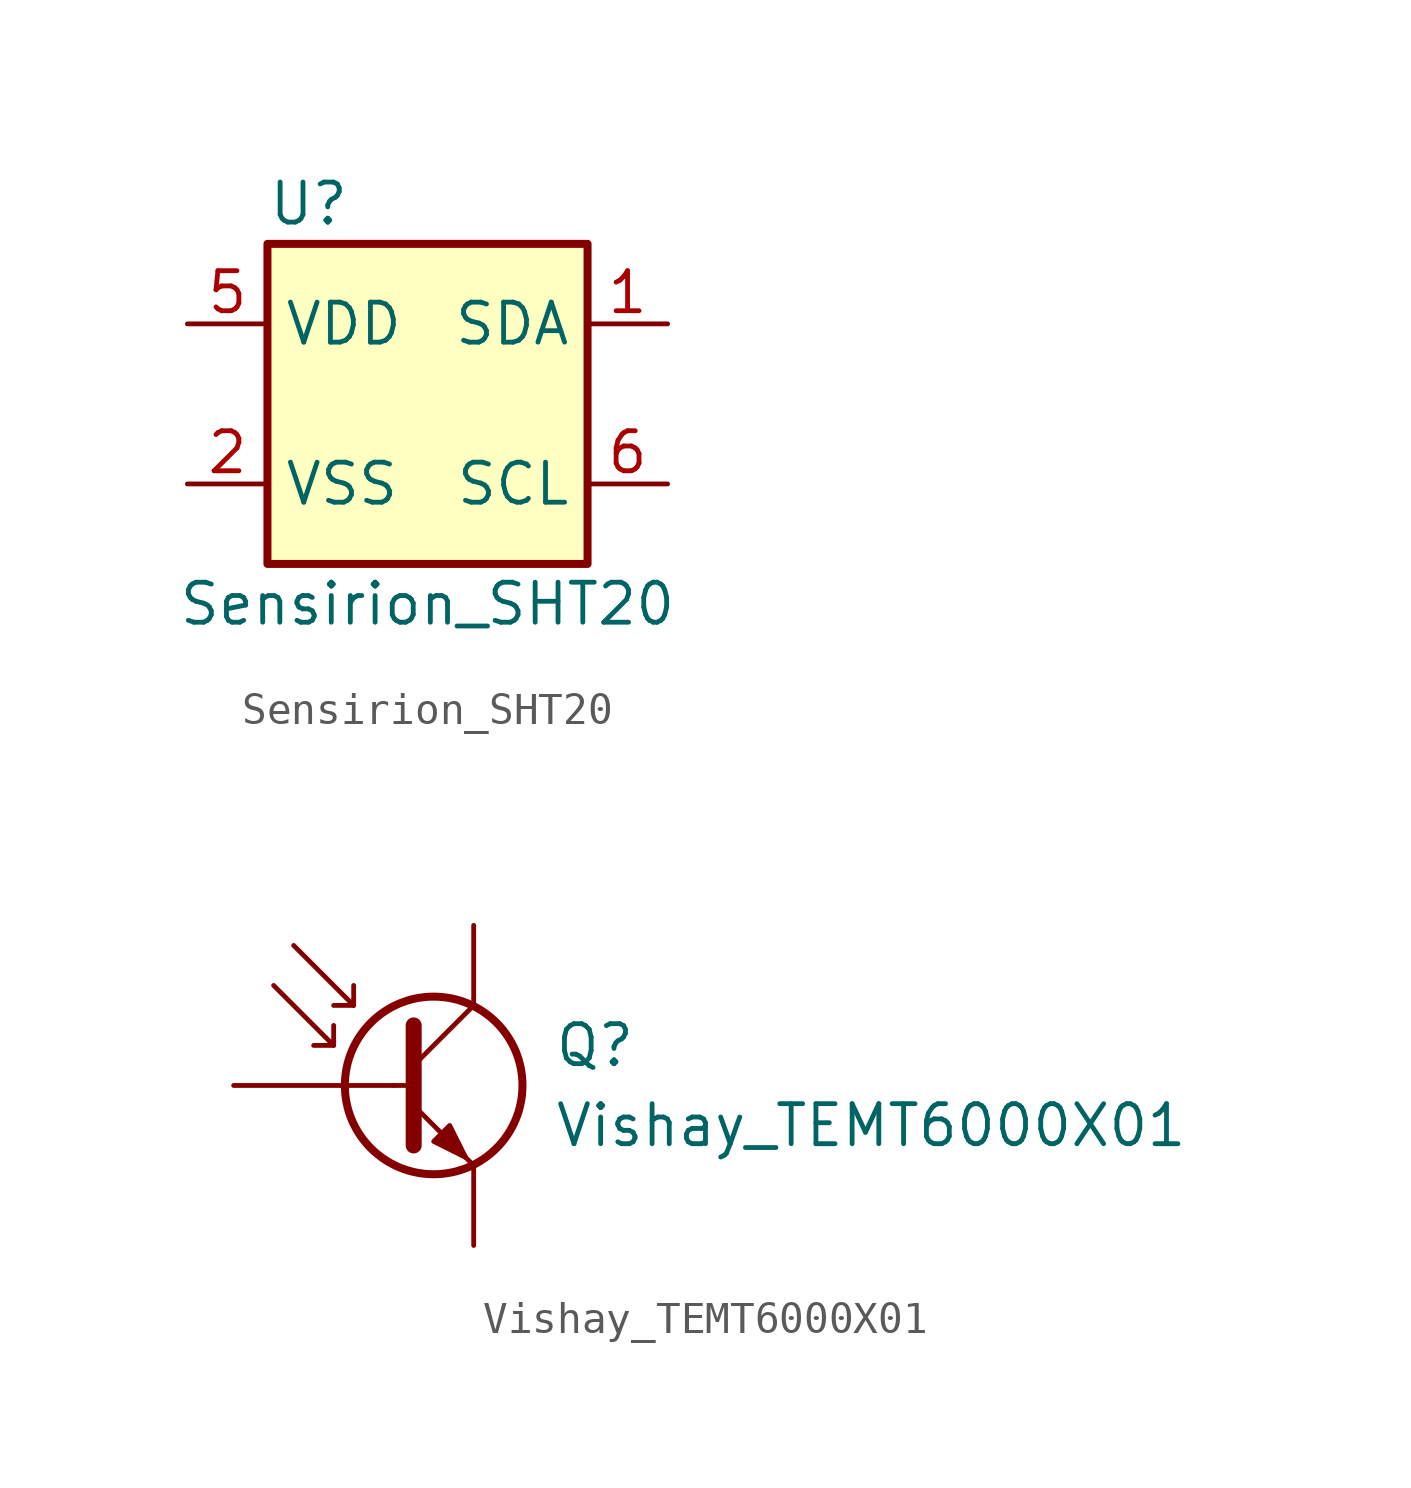
<source format=kicad_sym>
(kicad_symbol_lib
  (version 20211014)
  (generator kicad_symbol_editor)
  (symbol "Sensirion_SHT20"
    (property "Reference" "U"
      (at -5.08 6.35 0)
      (effects (font (size 1.27 1.27)) (justify left)))
    (property "Value" "Sensirion_SHT20"
      (at 0 -6.35 0)
      (effects (font (size 1.27 1.27))))
    (symbol "Sensirion_SHT20_0_1"
      (rectangle (start -5.08 5.08) (end 5.08 -5.08) (stroke (width 0.254) (type default) (color 0 0 0 0)) (fill (type background))))
    (symbol "Sensirion_SHT20_1_1"
      (pin bidirectional line (at 7.62 2.54 180) (length 2.54) (name "SDA" (effects (font (size 1.27 1.27)))) (number "1" (effects (font (size 1.27 1.27)))))
      (pin power_in line (at -7.62 -2.54 0) (length 2.54) (name "VSS" (effects (font (size 1.27 1.27)))) (number "2" (effects (font (size 1.27 1.27)))))
      (pin power_in line (at -7.62 2.54 0) (length 2.54) (name "VDD" (effects (font (size 1.27 1.27)))) (number "5" (effects (font (size 1.27 1.27)))))
      (pin input line (at 7.62 -2.54 180) (length 2.54) (name "SCL" (effects (font (size 1.27 1.27)))) (number "6" (effects (font (size 1.27 1.27)))))
      (pin power_in line (at -7.62 -2.54 0) (length 2.54) hide (name "GND" (effects (font (size 1.27 1.27)))) (number "7" (effects (font (size 1.27 1.27)))))))
  (symbol "Vishay_TEMT6000X01"
    (pin_numbers hide)
    (pin_names
      (offset 0) hide)
    (property "Reference" "Q"
      (at 5.08 1.27 0)
      (effects (font (size 1.27 1.27)) (justify left)))
    (property "Value" "Vishay_TEMT6000X01"
      (at 5.08 -1.27 0)
      (effects (font (size 1.27 1.27)) (justify left)))
    (symbol "Vishay_TEMT6000X01_0_0"
      (polyline (pts (xy 0 0) (xy 0.635 0)) (stroke (width 0) (type default) (color 0 0 0 0)) (fill (type none))))
    (symbol "Vishay_TEMT6000X01_0_1"
      (polyline (pts (xy -1.905 1.27) (xy -2.54 1.27)) (stroke (width 0) (type default) (color 0 0 0 0)) (fill (type none)))
      (polyline (pts (xy -1.27 2.54) (xy -1.905 2.54)) (stroke (width 0) (type default) (color 0 0 0 0)) (fill (type none)))
      (polyline (pts (xy 0.635 0.635) (xy 2.54 2.54)) (stroke (width 0) (type default) (color 0 0 0 0)) (fill (type none)))
      (polyline (pts (xy -3.81 3.175) (xy -1.905 1.27) (xy -1.905 1.905)) (stroke (width 0) (type default) (color 0 0 0 0)) (fill (type none)))
      (polyline (pts (xy -3.175 4.445) (xy -1.27 2.54) (xy -1.27 3.175)) (stroke (width 0) (type default) (color 0 0 0 0)) (fill (type none)))
      (polyline (pts (xy 0.635 -0.635) (xy 2.54 -2.54) (xy 2.54 -2.54)) (stroke (width 0) (type default) (color 0 0 0 0)) (fill (type none)))
      (polyline (pts (xy 0.635 1.905) (xy 0.635 -1.905) (xy 0.635 -1.905)) (stroke (width 0.508) (type default) (color 0 0 0 0)) (fill (type none)))
      (polyline (pts (xy 1.27 -1.778) (xy 1.778 -1.27) (xy 2.286 -2.286) (xy 1.27 -1.778) (xy 1.27 -1.778)) (stroke (width 0) (type default) (color 0 0 0 0)) (fill (type outline)))
      (circle (center 1.27 0) (radius 2.819) (stroke (width 0.254) (type default) (color 0 0 0 0)) (fill (type none))))
    (symbol "Vishay_TEMT6000X01_1_1"
      (pin input line (at -5.08 0 0) (length 5.08) (name "B" (effects (font (size 1.27 1.27)))) (number "B" (effects (font (size 1.27 1.27)))))
      (pin passive line (at 2.54 5.08 270) (length 2.54) (name "C" (effects (font (size 1.27 1.27)))) (number "C" (effects (font (size 1.27 1.27)))))
      (pin passive line (at 2.54 -5.08 90) (length 2.54) (name "E" (effects (font (size 1.27 1.27)))) (number "E" (effects (font (size 1.27 1.27))))))))
</source>
